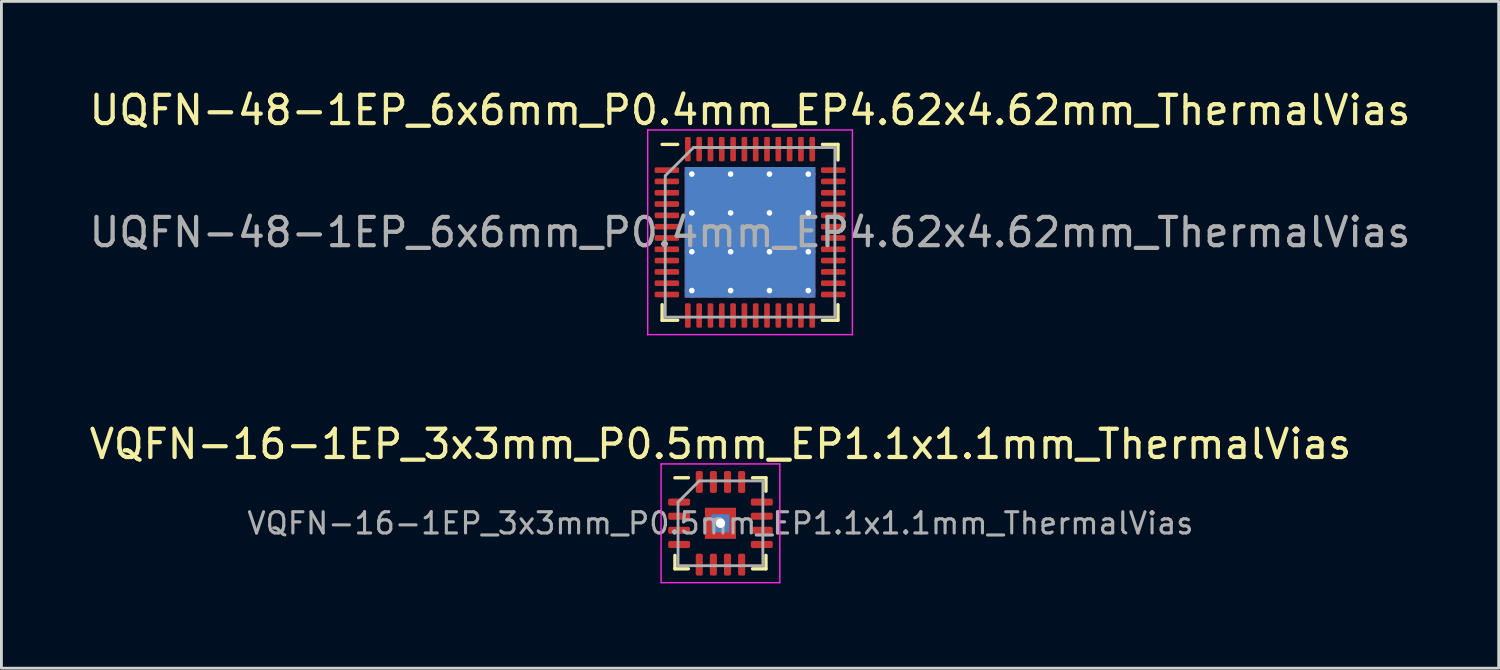
<source format=kicad_pcb>
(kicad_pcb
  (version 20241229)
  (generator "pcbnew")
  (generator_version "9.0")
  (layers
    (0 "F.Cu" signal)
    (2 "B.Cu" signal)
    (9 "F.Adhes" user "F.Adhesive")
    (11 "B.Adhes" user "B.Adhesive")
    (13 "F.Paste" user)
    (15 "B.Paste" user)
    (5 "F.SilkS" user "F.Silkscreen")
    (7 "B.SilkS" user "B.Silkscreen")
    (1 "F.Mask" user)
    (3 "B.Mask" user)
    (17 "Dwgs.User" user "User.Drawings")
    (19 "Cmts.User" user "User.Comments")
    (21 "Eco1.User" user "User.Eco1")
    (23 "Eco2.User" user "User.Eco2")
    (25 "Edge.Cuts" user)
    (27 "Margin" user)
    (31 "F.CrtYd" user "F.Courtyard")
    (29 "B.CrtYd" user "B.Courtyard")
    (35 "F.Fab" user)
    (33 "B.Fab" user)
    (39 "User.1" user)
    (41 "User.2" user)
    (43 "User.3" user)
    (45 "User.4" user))
  (footprint "UQFN-48-1EP_6x6mm_P0.4mm_EP4.62x4.62mm_ThermalVias"
    (layer "F.Cu")
    (at 23.482 5.168)
    (property "Reference" "UQFN-48-1EP_6x6mm_P0.4mm_EP4.62x4.62mm_ThermalVias" (at 0 -4.32 0) (layer "F.SilkS") (effects (font (size 1 1) (thickness 0.15))))
    (attr smd)
    (fp_line (start -3.11 3.11) (end -3.11 2.56) (stroke (width 0.12) (type solid)) (layer "F.SilkS"))
    (fp_line (start -2.56 -3.11) (end -3.11 -3.11) (stroke (width 0.12) (type solid)) (layer "F.SilkS"))
    (fp_line (start -2.56 3.11) (end -3.11 3.11) (stroke (width 0.12) (type solid)) (layer "F.SilkS"))
    (fp_line (start 2.56 -3.11) (end 3.11 -3.11) (stroke (width 0.12) (type solid)) (layer "F.SilkS"))
    (fp_line (start 2.56 3.11) (end 3.11 3.11) (stroke (width 0.12) (type solid)) (layer "F.SilkS"))
    (fp_line (start 3.11 -3.11) (end 3.11 -2.56) (stroke (width 0.12) (type solid)) (layer "F.SilkS"))
    (fp_line (start 3.11 3.11) (end 3.11 2.56) (stroke (width 0.12) (type solid)) (layer "F.SilkS"))
    (fp_line (start -3.62 -3.62) (end -3.62 3.62) (stroke (width 0.05) (type solid)) (layer "F.CrtYd"))
    (fp_line (start -3.62 3.62) (end 3.62 3.62) (stroke (width 0.05) (type solid)) (layer "F.CrtYd"))
    (fp_line (start 3.62 -3.62) (end -3.62 -3.62) (stroke (width 0.05) (type solid)) (layer "F.CrtYd"))
    (fp_line (start 3.62 3.62) (end 3.62 -3.62) (stroke (width 0.05) (type solid)) (layer "F.CrtYd"))
    (fp_line (start -3 -2) (end -2 -3) (stroke (width 0.1) (type solid)) (layer "F.Fab"))
    (fp_line (start -3 3) (end -3 -2) (stroke (width 0.1) (type solid)) (layer "F.Fab"))
    (fp_line (start -2 -3) (end 3 -3) (stroke (width 0.1) (type solid)) (layer "F.Fab"))
    (fp_line (start 3 -3) (end 3 3) (stroke (width 0.1) (type solid)) (layer "F.Fab"))
    (fp_line (start 3 3) (end -3 3) (stroke (width 0.1) (type solid)) (layer "F.Fab"))
    (fp_text user "${REFERENCE}" (at 0 0 0) (layer "F.Fab") (effects (font (size 1 1) (thickness 0.15))))
    (pad "" smd roundrect (at -1.373 -1.373) (size 1.193 1.193) (layers "F.Paste") (roundrect_rratio 0.21))
    (pad "" smd roundrect (at -1.373 0) (size 1.193 1.193) (layers "F.Paste") (roundrect_rratio 0.21))
    (pad "" smd roundrect (at -1.373 1.373) (size 1.193 1.193) (layers "F.Paste") (roundrect_rratio 0.21))
    (pad "" smd roundrect (at 0 -1.373) (size 1.193 1.193) (layers "F.Paste") (roundrect_rratio 0.21))
    (pad "" smd roundrect (at 0 0) (size 1.193 1.193) (layers "F.Paste") (roundrect_rratio 0.21))
    (pad "" smd roundrect (at 0 1.373) (size 1.193 1.193) (layers "F.Paste") (roundrect_rratio 0.21))
    (pad "" smd roundrect (at 1.373 -1.373) (size 1.193 1.193) (layers "F.Paste") (roundrect_rratio 0.21))
    (pad "" smd roundrect (at 1.373 0) (size 1.193 1.193) (layers "F.Paste") (roundrect_rratio 0.21))
    (pad "" smd roundrect (at 1.373 1.373) (size 1.193 1.193) (layers "F.Paste") (roundrect_rratio 0.21))
    (pad "1" smd roundrect (at -2.942 -2.2) (size 0.865 0.2) (layers "F.Cu" "F.Mask" "F.Paste") (roundrect_rratio 0.25))
    (pad "2" smd roundrect (at -2.942 -1.8) (size 0.865 0.2) (layers "F.Cu" "F.Mask" "F.Paste") (roundrect_rratio 0.25))
    (pad "3" smd roundrect (at -2.942 -1.4) (size 0.865 0.2) (layers "F.Cu" "F.Mask" "F.Paste") (roundrect_rratio 0.25))
    (pad "4" smd roundrect (at -2.942 -1) (size 0.865 0.2) (layers "F.Cu" "F.Mask" "F.Paste") (roundrect_rratio 0.25))
    (pad "5" smd roundrect (at -2.942 -0.6) (size 0.865 0.2) (layers "F.Cu" "F.Mask" "F.Paste") (roundrect_rratio 0.25))
    (pad "6" smd roundrect (at -2.942 -0.2) (size 0.865 0.2) (layers "F.Cu" "F.Mask" "F.Paste") (roundrect_rratio 0.25))
    (pad "7" smd roundrect (at -2.942 0.2) (size 0.865 0.2) (layers "F.Cu" "F.Mask" "F.Paste") (roundrect_rratio 0.25))
    (pad "8" smd roundrect (at -2.942 0.6) (size 0.865 0.2) (layers "F.Cu" "F.Mask" "F.Paste") (roundrect_rratio 0.25))
    (pad "9" smd roundrect (at -2.942 1) (size 0.865 0.2) (layers "F.Cu" "F.Mask" "F.Paste") (roundrect_rratio 0.25))
    (pad "10" smd roundrect (at -2.942 1.4) (size 0.865 0.2) (layers "F.Cu" "F.Mask" "F.Paste") (roundrect_rratio 0.25))
    (pad "11" smd roundrect (at -2.942 1.8) (size 0.865 0.2) (layers "F.Cu" "F.Mask" "F.Paste") (roundrect_rratio 0.25))
    (pad "12" smd roundrect (at -2.942 2.2) (size 0.865 0.2) (layers "F.Cu" "F.Mask" "F.Paste") (roundrect_rratio 0.25))
    (pad "13" smd roundrect (at -2.2 2.942) (size 0.2 0.865) (layers "F.Cu" "F.Mask" "F.Paste") (roundrect_rratio 0.25))
    (pad "14" smd roundrect (at -1.8 2.942) (size 0.2 0.865) (layers "F.Cu" "F.Mask" "F.Paste") (roundrect_rratio 0.25))
    (pad "15" smd roundrect (at -1.4 2.942) (size 0.2 0.865) (layers "F.Cu" "F.Mask" "F.Paste") (roundrect_rratio 0.25))
    (pad "16" smd roundrect (at -1 2.942) (size 0.2 0.865) (layers "F.Cu" "F.Mask" "F.Paste") (roundrect_rratio 0.25))
    (pad "17" smd roundrect (at -0.6 2.942) (size 0.2 0.865) (layers "F.Cu" "F.Mask" "F.Paste") (roundrect_rratio 0.25))
    (pad "18" smd roundrect (at -0.2 2.942) (size 0.2 0.865) (layers "F.Cu" "F.Mask" "F.Paste") (roundrect_rratio 0.25))
    (pad "19" smd roundrect (at 0.2 2.942) (size 0.2 0.865) (layers "F.Cu" "F.Mask" "F.Paste") (roundrect_rratio 0.25))
    (pad "20" smd roundrect (at 0.6 2.942) (size 0.2 0.865) (layers "F.Cu" "F.Mask" "F.Paste") (roundrect_rratio 0.25))
    (pad "21" smd roundrect (at 1 2.942) (size 0.2 0.865) (layers "F.Cu" "F.Mask" "F.Paste") (roundrect_rratio 0.25))
    (pad "22" smd roundrect (at 1.4 2.942) (size 0.2 0.865) (layers "F.Cu" "F.Mask" "F.Paste") (roundrect_rratio 0.25))
    (pad "23" smd roundrect (at 1.8 2.942) (size 0.2 0.865) (layers "F.Cu" "F.Mask" "F.Paste") (roundrect_rratio 0.25))
    (pad "24" smd roundrect (at 2.2 2.942) (size 0.2 0.865) (layers "F.Cu" "F.Mask" "F.Paste") (roundrect_rratio 0.25))
    (pad "25" smd roundrect (at 2.942 2.2) (size 0.865 0.2) (layers "F.Cu" "F.Mask" "F.Paste") (roundrect_rratio 0.25))
    (pad "26" smd roundrect (at 2.942 1.8) (size 0.865 0.2) (layers "F.Cu" "F.Mask" "F.Paste") (roundrect_rratio 0.25))
    (pad "27" smd roundrect (at 2.942 1.4) (size 0.865 0.2) (layers "F.Cu" "F.Mask" "F.Paste") (roundrect_rratio 0.25))
    (pad "28" smd roundrect (at 2.942 1) (size 0.865 0.2) (layers "F.Cu" "F.Mask" "F.Paste") (roundrect_rratio 0.25))
    (pad "29" smd roundrect (at 2.942 0.6) (size 0.865 0.2) (layers "F.Cu" "F.Mask" "F.Paste") (roundrect_rratio 0.25))
    (pad "30" smd roundrect (at 2.942 0.2) (size 0.865 0.2) (layers "F.Cu" "F.Mask" "F.Paste") (roundrect_rratio 0.25))
    (pad "31" smd roundrect (at 2.942 -0.2) (size 0.865 0.2) (layers "F.Cu" "F.Mask" "F.Paste") (roundrect_rratio 0.25))
    (pad "32" smd roundrect (at 2.942 -0.6) (size 0.865 0.2) (layers "F.Cu" "F.Mask" "F.Paste") (roundrect_rratio 0.25))
    (pad "33" smd roundrect (at 2.942 -1) (size 0.865 0.2) (layers "F.Cu" "F.Mask" "F.Paste") (roundrect_rratio 0.25))
    (pad "34" smd roundrect (at 2.942 -1.4) (size 0.865 0.2) (layers "F.Cu" "F.Mask" "F.Paste") (roundrect_rratio 0.25))
    (pad "35" smd roundrect (at 2.942 -1.8) (size 0.865 0.2) (layers "F.Cu" "F.Mask" "F.Paste") (roundrect_rratio 0.25))
    (pad "36" smd roundrect (at 2.942 -2.2) (size 0.865 0.2) (layers "F.Cu" "F.Mask" "F.Paste") (roundrect_rratio 0.25))
    (pad "37" smd roundrect (at 2.2 -2.942) (size 0.2 0.865) (layers "F.Cu" "F.Mask" "F.Paste") (roundrect_rratio 0.25))
    (pad "38" smd roundrect (at 1.8 -2.942) (size 0.2 0.865) (layers "F.Cu" "F.Mask" "F.Paste") (roundrect_rratio 0.25))
    (pad "39" smd roundrect (at 1.4 -2.942) (size 0.2 0.865) (layers "F.Cu" "F.Mask" "F.Paste") (roundrect_rratio 0.25))
    (pad "40" smd roundrect (at 1 -2.942) (size 0.2 0.865) (layers "F.Cu" "F.Mask" "F.Paste") (roundrect_rratio 0.25))
    (pad "41" smd roundrect (at 0.6 -2.942) (size 0.2 0.865) (layers "F.Cu" "F.Mask" "F.Paste") (roundrect_rratio 0.25))
    (pad "42" smd roundrect (at 0.2 -2.942) (size 0.2 0.865) (layers "F.Cu" "F.Mask" "F.Paste") (roundrect_rratio 0.25))
    (pad "43" smd roundrect (at -0.2 -2.942) (size 0.2 0.865) (layers "F.Cu" "F.Mask" "F.Paste") (roundrect_rratio 0.25))
    (pad "44" smd roundrect (at -0.6 -2.942) (size 0.2 0.865) (layers "F.Cu" "F.Mask" "F.Paste") (roundrect_rratio 0.25))
    (pad "45" smd roundrect (at -1 -2.942) (size 0.2 0.865) (layers "F.Cu" "F.Mask" "F.Paste") (roundrect_rratio 0.25))
    (pad "46" smd roundrect (at -1.4 -2.942) (size 0.2 0.865) (layers "F.Cu" "F.Mask" "F.Paste") (roundrect_rratio 0.25))
    (pad "47" smd roundrect (at -1.8 -2.942) (size 0.2 0.865) (layers "F.Cu" "F.Mask" "F.Paste") (roundrect_rratio 0.25))
    (pad "48" smd roundrect (at -2.2 -2.942) (size 0.2 0.865) (layers "F.Cu" "F.Mask" "F.Paste") (roundrect_rratio 0.25))
    (pad "49" thru_hole circle (at -2.06 -2.06) (size 0.5 0.5) (drill 0.2) (layers "*.Cu"))
    (pad "49" thru_hole circle (at -2.06 -0.687) (size 0.5 0.5) (drill 0.2) (layers "*.Cu"))
    (pad "49" thru_hole circle (at -2.06 0.687) (size 0.5 0.5) (drill 0.2) (layers "*.Cu"))
    (pad "49" thru_hole circle (at -2.06 2.06) (size 0.5 0.5) (drill 0.2) (layers "*.Cu"))
    (pad "49" thru_hole circle (at -0.687 -2.06) (size 0.5 0.5) (drill 0.2) (layers "*.Cu"))
    (pad "49" thru_hole circle (at -0.687 -0.687) (size 0.5 0.5) (drill 0.2) (layers "*.Cu"))
    (pad "49" thru_hole circle (at -0.687 0.687) (size 0.5 0.5) (drill 0.2) (layers "*.Cu"))
    (pad "49" thru_hole circle (at -0.687 2.06) (size 0.5 0.5) (drill 0.2) (layers "*.Cu"))
    (pad "49" smd rect (at 0 0) (size 4.62 4.62) (layers "F.Cu" "F.Mask"))
    (pad "49" smd rect (at 0 0) (size 4.62 4.62) (layers "B.Cu"))
    (pad "49" thru_hole circle (at 0.687 -2.06) (size 0.5 0.5) (drill 0.2) (layers "*.Cu"))
    (pad "49" thru_hole circle (at 0.687 -0.687) (size 0.5 0.5) (drill 0.2) (layers "*.Cu"))
    (pad "49" thru_hole circle (at 0.687 0.687) (size 0.5 0.5) (drill 0.2) (layers "*.Cu"))
    (pad "49" thru_hole circle (at 0.687 2.06) (size 0.5 0.5) (drill 0.2) (layers "*.Cu"))
    (pad "49" thru_hole circle (at 2.06 -2.06) (size 0.5 0.5) (drill 0.2) (layers "*.Cu"))
    (pad "49" thru_hole circle (at 2.06 -0.687) (size 0.5 0.5) (drill 0.2) (layers "*.Cu"))
    (pad "49" thru_hole circle (at 2.06 0.687) (size 0.5 0.5) (drill 0.2) (layers "*.Cu"))
    (pad "49" thru_hole circle (at 2.06 2.06) (size 0.5 0.5) (drill 0.2) (layers "*.Cu")))
  (footprint "VQFN-16-1EP_3x3mm_P0.5mm_EP1.1x1.1mm_ThermalVias"
    (layer "F.Cu")
    (at 22.435 15.461)
    (property "Reference" "VQFN-16-1EP_3x3mm_P0.5mm_EP1.1x1.1mm_ThermalVias" (at 0 -2.8 0) (layer "F.SilkS") (effects (font (size 1 1) (thickness 0.15))))
    (attr smd)
    (fp_line (start -1.61 1.61) (end -1.61 1.135) (stroke (width 0.12) (type solid)) (layer "F.SilkS"))
    (fp_line (start -1.135 -1.61) (end -1.61 -1.61) (stroke (width 0.12) (type solid)) (layer "F.SilkS"))
    (fp_line (start -1.135 1.61) (end -1.61 1.61) (stroke (width 0.12) (type solid)) (layer "F.SilkS"))
    (fp_line (start 1.135 -1.61) (end 1.61 -1.61) (stroke (width 0.12) (type solid)) (layer "F.SilkS"))
    (fp_line (start 1.135 1.61) (end 1.61 1.61) (stroke (width 0.12) (type solid)) (layer "F.SilkS"))
    (fp_line (start 1.61 -1.61) (end 1.61 -1.135) (stroke (width 0.12) (type solid)) (layer "F.SilkS"))
    (fp_line (start 1.61 1.61) (end 1.61 1.135) (stroke (width 0.12) (type solid)) (layer "F.SilkS"))
    (fp_line (start -2.1 -2.1) (end -2.1 2.1) (stroke (width 0.05) (type solid)) (layer "F.CrtYd"))
    (fp_line (start -2.1 2.1) (end 2.1 2.1) (stroke (width 0.05) (type solid)) (layer "F.CrtYd"))
    (fp_line (start 2.1 -2.1) (end -2.1 -2.1) (stroke (width 0.05) (type solid)) (layer "F.CrtYd"))
    (fp_line (start 2.1 2.1) (end 2.1 -2.1) (stroke (width 0.05) (type solid)) (layer "F.CrtYd"))
    (fp_line (start -1.5 -0.75) (end -0.75 -1.5) (stroke (width 0.1) (type solid)) (layer "F.Fab"))
    (fp_line (start -1.5 1.5) (end -1.5 -0.75) (stroke (width 0.1) (type solid)) (layer "F.Fab"))
    (fp_line (start -0.75 -1.5) (end 1.5 -1.5) (stroke (width 0.1) (type solid)) (layer "F.Fab"))
    (fp_line (start 1.5 -1.5) (end 1.5 1.5) (stroke (width 0.1) (type solid)) (layer "F.Fab"))
    (fp_line (start 1.5 1.5) (end -1.5 1.5) (stroke (width 0.1) (type solid)) (layer "F.Fab"))
    (fp_text user "${REFERENCE}" (at 0 0 0) (layer "F.Fab") (effects (font (size 0.75 0.75) (thickness 0.11))))
    (pad "" smd custom (at -0.275 -0.275) (size 0.204 0.204) (layers "F.Paste") (options (anchor circle)) (primitives (gr_poly (pts (xy -0.169 -0.169) (xy 0.169 -0.169) (xy 0.169 -0.139) (xy -0.139 0.169) (xy -0.169 0.169)) (width 0.105) (fill yes))))
    (pad "" smd custom (at -0.275 0.275) (size 0.204 0.204) (layers "F.Paste") (options (anchor circle)) (primitives (gr_poly (pts (xy -0.169 -0.169) (xy -0.139 -0.169) (xy 0.169 0.139) (xy 0.169 0.169) (xy -0.169 0.169)) (width 0.105) (fill yes))))
    (pad "" smd custom (at 0.275 -0.275) (size 0.204 0.204) (layers "F.Paste") (options (anchor circle)) (primitives (gr_poly (pts (xy -0.169 -0.169) (xy 0.169 -0.169) (xy 0.169 0.169) (xy 0.139 0.169) (xy -0.169 -0.139)) (width 0.105) (fill yes))))
    (pad "" smd custom (at 0.275 0.275) (size 0.204 0.204) (layers "F.Paste") (options (anchor circle)) (primitives (gr_poly (pts (xy -0.169 0.139) (xy 0.139 -0.169) (xy 0.169 -0.169) (xy 0.169 0.169) (xy -0.169 0.169)) (width 0.105) (fill yes))))
    (pad "1" smd roundrect (at -1.462 -0.75) (size 0.775 0.25) (layers "F.Cu" "F.Mask" "F.Paste") (roundrect_rratio 0.25))
    (pad "2" smd roundrect (at -1.462 -0.25) (size 0.775 0.25) (layers "F.Cu" "F.Mask" "F.Paste") (roundrect_rratio 0.25))
    (pad "3" smd roundrect (at -1.462 0.25) (size 0.775 0.25) (layers "F.Cu" "F.Mask" "F.Paste") (roundrect_rratio 0.25))
    (pad "4" smd roundrect (at -1.462 0.75) (size 0.775 0.25) (layers "F.Cu" "F.Mask" "F.Paste") (roundrect_rratio 0.25))
    (pad "5" smd roundrect (at -0.75 1.462) (size 0.25 0.775) (layers "F.Cu" "F.Mask" "F.Paste") (roundrect_rratio 0.25))
    (pad "6" smd roundrect (at -0.25 1.462) (size 0.25 0.775) (layers "F.Cu" "F.Mask" "F.Paste") (roundrect_rratio 0.25))
    (pad "7" smd roundrect (at 0.25 1.462) (size 0.25 0.775) (layers "F.Cu" "F.Mask" "F.Paste") (roundrect_rratio 0.25))
    (pad "8" smd roundrect (at 0.75 1.462) (size 0.25 0.775) (layers "F.Cu" "F.Mask" "F.Paste") (roundrect_rratio 0.25))
    (pad "9" smd roundrect (at 1.462 0.75) (size 0.775 0.25) (layers "F.Cu" "F.Mask" "F.Paste") (roundrect_rratio 0.25))
    (pad "10" smd roundrect (at 1.462 0.25) (size 0.775 0.25) (layers "F.Cu" "F.Mask" "F.Paste") (roundrect_rratio 0.25))
    (pad "11" smd roundrect (at 1.462 -0.25) (size 0.775 0.25) (layers "F.Cu" "F.Mask" "F.Paste") (roundrect_rratio 0.25))
    (pad "12" smd roundrect (at 1.462 -0.75) (size 0.775 0.25) (layers "F.Cu" "F.Mask" "F.Paste") (roundrect_rratio 0.25))
    (pad "13" smd roundrect (at 0.75 -1.462) (size 0.25 0.775) (layers "F.Cu" "F.Mask" "F.Paste") (roundrect_rratio 0.25))
    (pad "14" smd roundrect (at 0.25 -1.462) (size 0.25 0.775) (layers "F.Cu" "F.Mask" "F.Paste") (roundrect_rratio 0.25))
    (pad "15" smd roundrect (at -0.25 -1.462) (size 0.25 0.775) (layers "F.Cu" "F.Mask" "F.Paste") (roundrect_rratio 0.25))
    (pad "16" smd roundrect (at -0.75 -1.462) (size 0.25 0.775) (layers "F.Cu" "F.Mask" "F.Paste") (roundrect_rratio 0.25))
    (pad "17" thru_hole circle (at 0 0) (size 0.63 0.63) (drill 0.33) (layers "*.Cu"))
    (pad "17" smd rect (at 0 0) (size 0.63 0.63) (layers "B.Cu"))
    (pad "17" smd rect (at 0 0) (size 1.1 1.1) (layers "F.Cu" "F.Mask")))
  (gr_rect
    (start -3 -3)
    (end 49.964 20.587)
    (stroke (width 0.1) (type default))
    (fill no)
    (layer "Edge.Cuts")))
</source>
